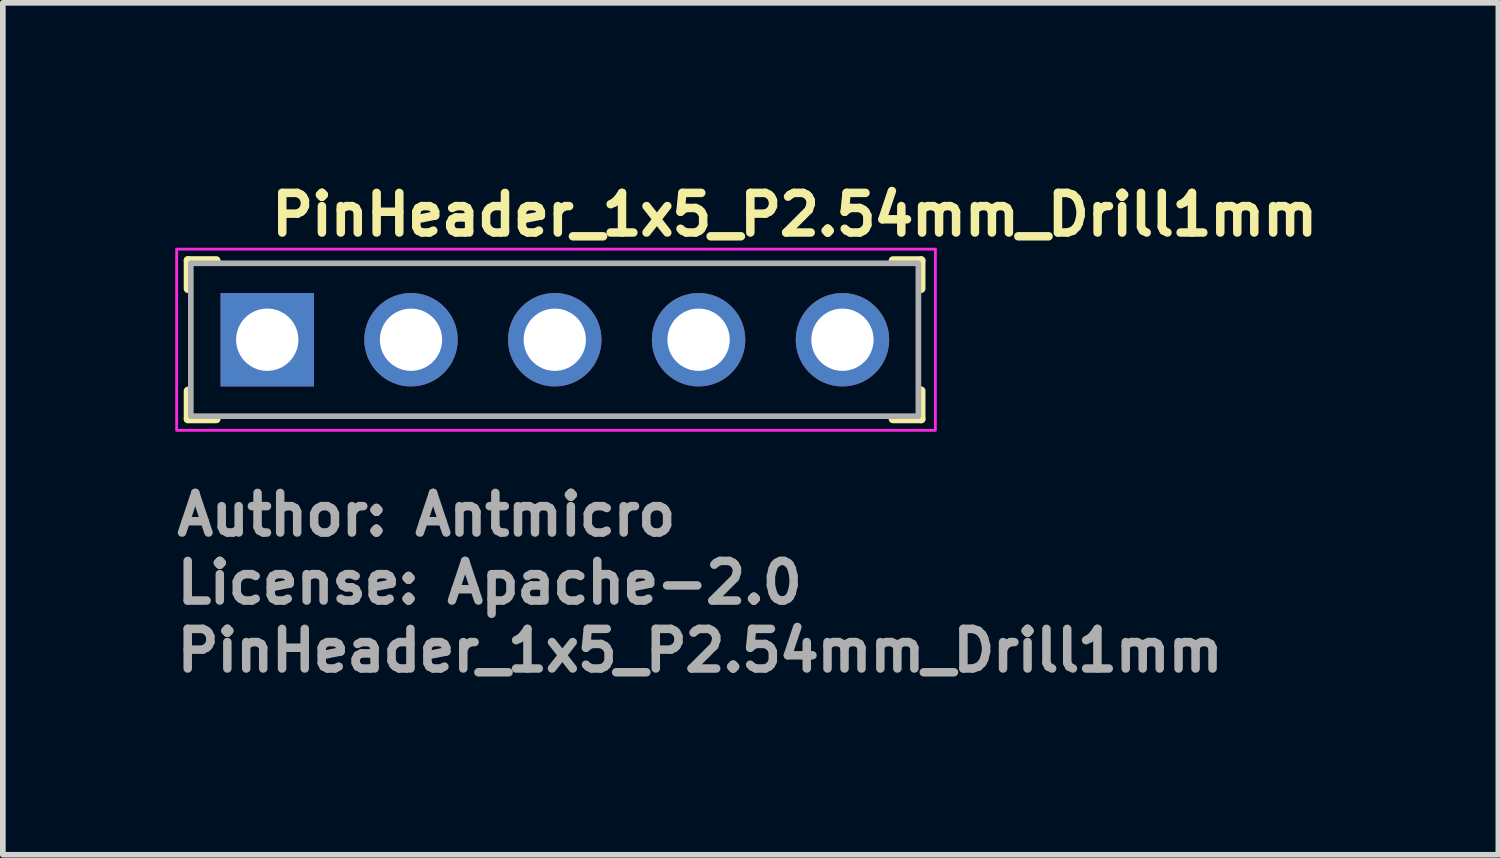
<source format=kicad_pcb>
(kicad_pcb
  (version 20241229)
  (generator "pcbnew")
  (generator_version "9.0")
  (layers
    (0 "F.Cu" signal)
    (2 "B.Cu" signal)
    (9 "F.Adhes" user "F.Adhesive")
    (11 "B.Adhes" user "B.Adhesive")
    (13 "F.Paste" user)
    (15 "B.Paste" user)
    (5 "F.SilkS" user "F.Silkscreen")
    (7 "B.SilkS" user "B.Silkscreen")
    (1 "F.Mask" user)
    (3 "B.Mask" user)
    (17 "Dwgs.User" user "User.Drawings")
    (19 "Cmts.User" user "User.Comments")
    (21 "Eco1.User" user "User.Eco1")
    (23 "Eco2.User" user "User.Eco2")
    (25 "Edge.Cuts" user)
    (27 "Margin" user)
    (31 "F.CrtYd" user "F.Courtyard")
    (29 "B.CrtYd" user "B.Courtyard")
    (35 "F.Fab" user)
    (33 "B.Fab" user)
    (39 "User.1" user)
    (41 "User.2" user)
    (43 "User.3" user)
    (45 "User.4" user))
  (footprint "PinHeader_1x5_P2.54mm_Drill1mm"
    (layer "F.Cu")
    (at 1.67 2.95)
    (property "Reference" "PinHeader_1x5_P2.54mm_Drill1mm" (at 0 -1.8 0) (layer "F.SilkS") (effects (font (size 0.7 0.7) (thickness 0.15)) (justify left bottom)))
    (attr through_hole)
    (fp_line (start -1.4 -1.4) (end -1.4 -0.9) (stroke (width 0.15) (type solid)) (layer "F.SilkS"))
    (fp_line (start -1.4 -1.4) (end -0.9 -1.4) (stroke (width 0.15) (type solid)) (layer "F.SilkS"))
    (fp_line (start -1.4 1.4) (end -1.4 0.903) (stroke (width 0.15) (type solid)) (layer "F.SilkS"))
    (fp_line (start -1.4 1.4) (end -0.9 1.4) (stroke (width 0.15) (type solid)) (layer "F.SilkS"))
    (fp_line (start 11.55 -1.399) (end 11.05 -1.399) (stroke (width 0.15) (type solid)) (layer "F.SilkS"))
    (fp_line (start 11.55 -1.399) (end 11.55 -0.901) (stroke (width 0.15) (type solid)) (layer "F.SilkS"))
    (fp_line (start 11.55 1.4) (end 11.05 1.4) (stroke (width 0.15) (type solid)) (layer "F.SilkS"))
    (fp_line (start 11.55 1.4) (end 11.55 0.9) (stroke (width 0.15) (type solid)) (layer "F.SilkS"))
    (fp_rect (start -1.6 -1.6) (end 11.8 1.6) (stroke (width 0.05) (type solid)) (fill no) (layer "F.CrtYd"))
    (fp_rect (start -1.35 -1.35) (end 11.5 1.35) (stroke (width 0.1) (type solid)) (fill no) (layer "F.Fab"))
    (fp_rect (start -1.27 -1.27) (end 11.429 1.269) (stroke (width 0.1) (type solid)) (fill no) (layer "User.5"))
    (fp_line (start -1.27 -1.27) (end 1.044 -1.27) (stroke (width 0.02) (type solid)) (layer "User.9"))
    (fp_line (start -1.27 1.269) (end -1.27 -1.27) (stroke (width 0.02) (type solid)) (layer "User.9"))
    (fp_line (start -1.27 1.269) (end 1.044 1.269) (stroke (width 0.02) (type solid)) (layer "User.9"))
    (fp_line (start -0.32 -0.32) (end -0.064 -0.064) (stroke (width 0.02) (type solid)) (layer "User.9"))
    (fp_line (start -0.32 -0.32) (end 0.32 -0.32) (stroke (width 0.02) (type solid)) (layer "User.9"))
    (fp_line (start -0.32 0.32) (end -0.32 -0.32) (stroke (width 0.02) (type solid)) (layer "User.9"))
    (fp_line (start -0.32 0.32) (end -0.064 0.064) (stroke (width 0.02) (type solid)) (layer "User.9"))
    (fp_line (start -0.32 0.32) (end 0.32 0.32) (stroke (width 0.02) (type solid)) (layer "User.9"))
    (fp_line (start -0.064 -0.064) (end 0.064 -0.064) (stroke (width 0.02) (type solid)) (layer "User.9"))
    (fp_line (start -0.064 0.064) (end -0.064 -0.064) (stroke (width 0.02) (type solid)) (layer "User.9"))
    (fp_line (start -0.064 0.064) (end 0.064 0.064) (stroke (width 0.02) (type solid)) (layer "User.9"))
    (fp_line (start 0.064 0.064) (end 0.064 -0.064) (stroke (width 0.02) (type solid)) (layer "User.9"))
    (fp_line (start 0.32 -0.32) (end 0.064 -0.064) (stroke (width 0.02) (type solid)) (layer "User.9"))
    (fp_line (start 0.32 0.32) (end 0.064 0.064) (stroke (width 0.02) (type solid)) (layer "User.9"))
    (fp_line (start 0.32 0.32) (end 0.32 -0.32) (stroke (width 0.02) (type solid)) (layer "User.9"))
    (fp_line (start 1.044 -1.27) (end 1.269 -1.047) (stroke (width 0.02) (type solid)) (layer "User.9"))
    (fp_line (start 1.044 1.269) (end 1.044 -1.27) (stroke (width 0.02) (type solid)) (layer "User.9"))
    (fp_line (start 1.044 1.269) (end 1.269 1.044) (stroke (width 0.02) (type solid)) (layer "User.9"))
    (fp_line (start 1.269 1.044) (end 1.269 -1.047) (stroke (width 0.02) (type solid)) (layer "User.9"))
    (fp_line (start 1.493 -1.27) (end 1.269 -1.047) (stroke (width 0.02) (type solid)) (layer "User.9"))
    (fp_line (start 1.493 -1.27) (end 3.584 -1.27) (stroke (width 0.02) (type solid)) (layer "User.9"))
    (fp_line (start 1.493 1.269) (end 1.269 1.044) (stroke (width 0.02) (type solid)) (layer "User.9"))
    (fp_line (start 1.493 1.269) (end 1.493 -1.27) (stroke (width 0.02) (type solid)) (layer "User.9"))
    (fp_line (start 1.493 1.269) (end 3.584 1.269) (stroke (width 0.02) (type solid)) (layer "User.9"))
    (fp_line (start 2.22 -0.32) (end 2.475 -0.064) (stroke (width 0.02) (type solid)) (layer "User.9"))
    (fp_line (start 2.22 -0.32) (end 2.858 -0.32) (stroke (width 0.02) (type solid)) (layer "User.9"))
    (fp_line (start 2.22 0.32) (end 2.22 -0.32) (stroke (width 0.02) (type solid)) (layer "User.9"))
    (fp_line (start 2.22 0.32) (end 2.475 0.064) (stroke (width 0.02) (type solid)) (layer "User.9"))
    (fp_line (start 2.22 0.32) (end 2.858 0.32) (stroke (width 0.02) (type solid)) (layer "User.9"))
    (fp_line (start 2.475 -0.064) (end 2.604 -0.064) (stroke (width 0.02) (type solid)) (layer "User.9"))
    (fp_line (start 2.475 0.064) (end 2.475 -0.064) (stroke (width 0.02) (type solid)) (layer "User.9"))
    (fp_line (start 2.475 0.064) (end 2.604 0.064) (stroke (width 0.02) (type solid)) (layer "User.9"))
    (fp_line (start 2.604 0.064) (end 2.604 -0.064) (stroke (width 0.02) (type solid)) (layer "User.9"))
    (fp_line (start 2.858 -0.32) (end 2.604 -0.064) (stroke (width 0.02) (type solid)) (layer "User.9"))
    (fp_line (start 2.858 0.32) (end 2.604 0.064) (stroke (width 0.02) (type solid)) (layer "User.9"))
    (fp_line (start 2.858 0.32) (end 2.858 -0.32) (stroke (width 0.02) (type solid)) (layer "User.9"))
    (fp_line (start 3.584 -1.27) (end 3.809 -1.047) (stroke (width 0.02) (type solid)) (layer "User.9"))
    (fp_line (start 3.584 1.269) (end 3.584 -1.27) (stroke (width 0.02) (type solid)) (layer "User.9"))
    (fp_line (start 3.584 1.269) (end 3.809 1.044) (stroke (width 0.02) (type solid)) (layer "User.9"))
    (fp_line (start 3.809 1.044) (end 3.809 -1.047) (stroke (width 0.02) (type solid)) (layer "User.9"))
    (fp_line (start 4.033 -1.27) (end 3.809 -1.047) (stroke (width 0.02) (type solid)) (layer "User.9"))
    (fp_line (start 4.033 -1.27) (end 6.124 -1.27) (stroke (width 0.02) (type solid)) (layer "User.9"))
    (fp_line (start 4.033 1.269) (end 3.809 1.044) (stroke (width 0.02) (type solid)) (layer "User.9"))
    (fp_line (start 4.033 1.269) (end 4.033 -1.27) (stroke (width 0.02) (type solid)) (layer "User.9"))
    (fp_line (start 4.033 1.269) (end 6.124 1.269) (stroke (width 0.02) (type solid)) (layer "User.9"))
    (fp_line (start 4.759 -0.32) (end 5.014 -0.064) (stroke (width 0.02) (type solid)) (layer "User.9"))
    (fp_line (start 4.759 -0.32) (end 5.4 -0.32) (stroke (width 0.02) (type solid)) (layer "User.9"))
    (fp_line (start 4.759 0.32) (end 4.759 -0.32) (stroke (width 0.02) (type solid)) (layer "User.9"))
    (fp_line (start 4.759 0.32) (end 5.014 0.064) (stroke (width 0.02) (type solid)) (layer "User.9"))
    (fp_line (start 4.759 0.32) (end 5.4 0.32) (stroke (width 0.02) (type solid)) (layer "User.9"))
    (fp_line (start 5.014 -0.064) (end 5.144 -0.064) (stroke (width 0.02) (type solid)) (layer "User.9"))
    (fp_line (start 5.014 0.064) (end 5.014 -0.064) (stroke (width 0.02) (type solid)) (layer "User.9"))
    (fp_line (start 5.014 0.064) (end 5.144 0.064) (stroke (width 0.02) (type solid)) (layer "User.9"))
    (fp_line (start 5.144 0.064) (end 5.144 -0.064) (stroke (width 0.02) (type solid)) (layer "User.9"))
    (fp_line (start 5.4 -0.32) (end 5.144 -0.064) (stroke (width 0.02) (type solid)) (layer "User.9"))
    (fp_line (start 5.4 0.32) (end 5.144 0.064) (stroke (width 0.02) (type solid)) (layer "User.9"))
    (fp_line (start 5.4 0.32) (end 5.4 -0.32) (stroke (width 0.02) (type solid)) (layer "User.9"))
    (fp_line (start 6.124 -1.27) (end 6.349 -1.047) (stroke (width 0.02) (type solid)) (layer "User.9"))
    (fp_line (start 6.124 1.269) (end 6.124 -1.27) (stroke (width 0.02) (type solid)) (layer "User.9"))
    (fp_line (start 6.124 1.269) (end 6.349 1.044) (stroke (width 0.02) (type solid)) (layer "User.9"))
    (fp_line (start 6.349 1.044) (end 6.349 -1.047) (stroke (width 0.02) (type solid)) (layer "User.9"))
    (fp_line (start 6.573 -1.27) (end 6.349 -1.047) (stroke (width 0.02) (type solid)) (layer "User.9"))
    (fp_line (start 6.573 -1.27) (end 8.665 -1.27) (stroke (width 0.02) (type solid)) (layer "User.9"))
    (fp_line (start 6.573 1.269) (end 6.349 1.044) (stroke (width 0.02) (type solid)) (layer "User.9"))
    (fp_line (start 6.573 1.269) (end 6.573 -1.27) (stroke (width 0.02) (type solid)) (layer "User.9"))
    (fp_line (start 6.573 1.269) (end 8.665 1.269) (stroke (width 0.02) (type solid)) (layer "User.9"))
    (fp_line (start 7.299 -0.32) (end 7.554 -0.064) (stroke (width 0.02) (type solid)) (layer "User.9"))
    (fp_line (start 7.299 -0.32) (end 7.94 -0.32) (stroke (width 0.02) (type solid)) (layer "User.9"))
    (fp_line (start 7.299 0.32) (end 7.299 -0.32) (stroke (width 0.02) (type solid)) (layer "User.9"))
    (fp_line (start 7.299 0.32) (end 7.554 0.064) (stroke (width 0.02) (type solid)) (layer "User.9"))
    (fp_line (start 7.299 0.32) (end 7.94 0.32) (stroke (width 0.02) (type solid)) (layer "User.9"))
    (fp_line (start 7.554 -0.064) (end 7.684 -0.064) (stroke (width 0.02) (type solid)) (layer "User.9"))
    (fp_line (start 7.554 0.064) (end 7.554 -0.064) (stroke (width 0.02) (type solid)) (layer "User.9"))
    (fp_line (start 7.554 0.064) (end 7.684 0.064) (stroke (width 0.02) (type solid)) (layer "User.9"))
    (fp_line (start 7.684 0.064) (end 7.684 -0.064) (stroke (width 0.02) (type solid)) (layer "User.9"))
    (fp_line (start 7.94 -0.32) (end 7.684 -0.064) (stroke (width 0.02) (type solid)) (layer "User.9"))
    (fp_line (start 7.94 0.32) (end 7.684 0.064) (stroke (width 0.02) (type solid)) (layer "User.9"))
    (fp_line (start 7.94 0.32) (end 7.94 -0.32) (stroke (width 0.02) (type solid)) (layer "User.9"))
    (fp_line (start 8.665 -1.27) (end 8.89 -1.047) (stroke (width 0.02) (type solid)) (layer "User.9"))
    (fp_line (start 8.665 1.269) (end 8.665 -1.27) (stroke (width 0.02) (type solid)) (layer "User.9"))
    (fp_line (start 8.665 1.269) (end 8.89 1.044) (stroke (width 0.02) (type solid)) (layer "User.9"))
    (fp_line (start 8.89 1.044) (end 8.89 -1.047) (stroke (width 0.02) (type solid)) (layer "User.9"))
    (fp_line (start 9.114 -1.27) (end 8.89 -1.047) (stroke (width 0.02) (type solid)) (layer "User.9"))
    (fp_line (start 9.114 -1.27) (end 11.429 -1.27) (stroke (width 0.02) (type solid)) (layer "User.9"))
    (fp_line (start 9.114 1.269) (end 8.89 1.044) (stroke (width 0.02) (type solid)) (layer "User.9"))
    (fp_line (start 9.114 1.269) (end 9.114 -1.27) (stroke (width 0.02) (type solid)) (layer "User.9"))
    (fp_line (start 9.114 1.269) (end 11.429 1.269) (stroke (width 0.02) (type solid)) (layer "User.9"))
    (fp_line (start 9.839 -0.32) (end 10.095 -0.064) (stroke (width 0.02) (type solid)) (layer "User.9"))
    (fp_line (start 9.839 -0.32) (end 10.48 -0.32) (stroke (width 0.02) (type solid)) (layer "User.9"))
    (fp_line (start 9.839 0.32) (end 9.839 -0.32) (stroke (width 0.02) (type solid)) (layer "User.9"))
    (fp_line (start 9.839 0.32) (end 10.095 0.064) (stroke (width 0.02) (type solid)) (layer "User.9"))
    (fp_line (start 9.839 0.32) (end 10.48 0.32) (stroke (width 0.02) (type solid)) (layer "User.9"))
    (fp_line (start 10.095 -0.064) (end 10.223 -0.064) (stroke (width 0.02) (type solid)) (layer "User.9"))
    (fp_line (start 10.095 0.064) (end 10.095 -0.064) (stroke (width 0.02) (type solid)) (layer "User.9"))
    (fp_line (start 10.095 0.064) (end 10.223 0.064) (stroke (width 0.02) (type solid)) (layer "User.9"))
    (fp_line (start 10.223 0.064) (end 10.223 -0.064) (stroke (width 0.02) (type solid)) (layer "User.9"))
    (fp_line (start 10.48 -0.32) (end 10.223 -0.064) (stroke (width 0.02) (type solid)) (layer "User.9"))
    (fp_line (start 10.48 0.32) (end 10.223 0.064) (stroke (width 0.02) (type solid)) (layer "User.9"))
    (fp_line (start 10.48 0.32) (end 10.48 -0.32) (stroke (width 0.02) (type solid)) (layer "User.9"))
    (fp_line (start 11.429 1.269) (end 11.429 -1.27) (stroke (width 0.02) (type solid)) (layer "User.9"))
    (fp_text user "Author: Antmicro" (at -1.67 3.499 0) (layer "F.Fab") (effects (font (size 0.7 0.7) (thickness 0.15)) (justify left bottom)))
    (fp_text user "License: Apache-2.0" (at -1.67 4.7 0) (layer "F.Fab") (effects (font (size 0.7 0.7) (thickness 0.15)) (justify left bottom)))
    (fp_text user "${REFERENCE}" (at -1.67 5.9 0) (layer "F.Fab") (effects (font (size 0.7 0.7) (thickness 0.15)) (justify left bottom)))
    (pad "1" thru_hole rect (at 0 0) (size 1.65 1.65) (drill 1.1) (layers "*.Cu" "*.Mask"))
    (pad "2" thru_hole circle (at 2.539 0) (size 1.65 1.65) (drill 1.1) (layers "*.Cu" "*.Mask"))
    (pad "3" thru_hole circle (at 5.078 0) (size 1.65 1.65) (drill 1.1) (layers "*.Cu" "*.Mask"))
    (pad "4" thru_hole circle (at 7.618 0) (size 1.65 1.65) (drill 1.1) (layers "*.Cu" "*.Mask"))
    (pad "5" thru_hole circle (at 10.159 0) (size 1.65 1.65) (drill 1.1) (layers "*.Cu" "*.Mask")))
  (gr_rect
    (start -3 -3)
    (end 23.413 12.046)
    (stroke (width 0.1) (type default))
    (fill no)
    (layer "Edge.Cuts")))
</source>
